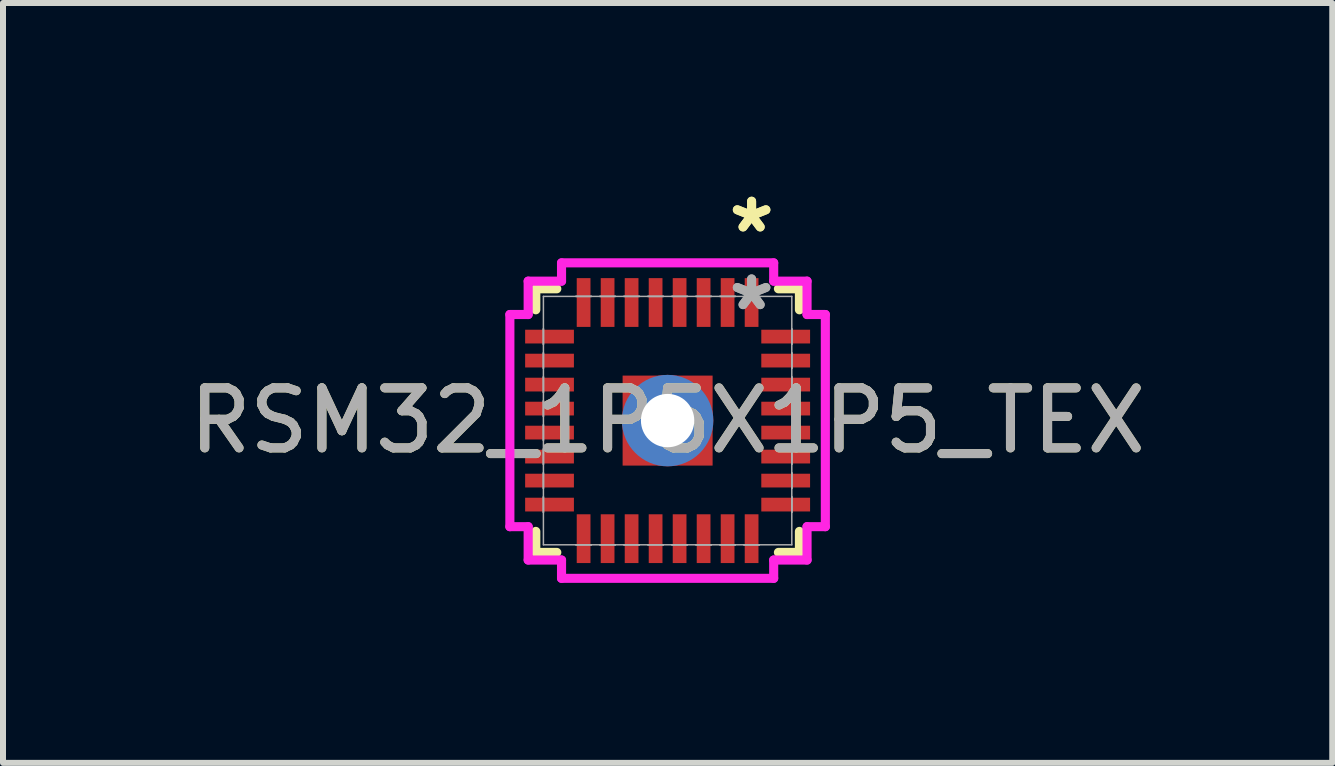
<source format=kicad_pcb>
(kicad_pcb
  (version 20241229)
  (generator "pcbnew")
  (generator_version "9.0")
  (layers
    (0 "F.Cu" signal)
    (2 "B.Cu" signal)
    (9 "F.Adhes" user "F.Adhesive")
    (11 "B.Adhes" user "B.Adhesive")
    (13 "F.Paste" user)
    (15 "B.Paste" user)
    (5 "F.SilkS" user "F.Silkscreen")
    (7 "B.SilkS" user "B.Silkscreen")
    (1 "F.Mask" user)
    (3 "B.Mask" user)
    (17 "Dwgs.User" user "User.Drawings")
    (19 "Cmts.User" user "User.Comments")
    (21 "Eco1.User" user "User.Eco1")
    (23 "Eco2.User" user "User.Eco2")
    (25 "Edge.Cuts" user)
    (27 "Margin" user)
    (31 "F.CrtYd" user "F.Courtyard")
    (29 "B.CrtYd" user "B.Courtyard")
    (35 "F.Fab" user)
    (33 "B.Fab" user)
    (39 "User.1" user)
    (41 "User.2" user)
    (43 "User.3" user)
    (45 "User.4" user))
  (footprint "RSM32_1P5X1P5_TEX"
    (layer "F.Cu")
    (at 8.077 3.96)
    (property "Reference" "RSM32_1P5X1P5_TEX" (at 0 0 0) (unlocked yes) (layer "F.SilkS") (effects (font (size 1 1) (thickness 0.15))))
    (attr smd)
    (fp_poly (pts (xy -0.814 -0.814) (xy -0.2 -0.814) (xy -0.2 0.814) (xy -0.814 0.814)) (stroke (width 0) (type solid)) (fill yes) (layer "F.Mask"))
    (fp_poly (pts (xy -0.814 -0.814) (xy 0.814 -0.814) (xy 0.814 -0.2) (xy -0.814 -0.2)) (stroke (width 0) (type solid)) (fill yes) (layer "F.Mask"))
    (fp_poly (pts (xy -0.814 0.2) (xy 0.814 0.2) (xy 0.814 0.814) (xy -0.814 0.814)) (stroke (width 0) (type solid)) (fill yes) (layer "F.Mask"))
    (fp_poly (pts (xy 0.2 -0.814) (xy 0.814 -0.814) (xy 0.814 0.814) (xy 0.2 0.814)) (stroke (width 0) (type solid)) (fill yes) (layer "F.Mask"))
    (fp_line (start -2.197 -2.197) (end -2.197 -1.847) (stroke (width 0.152) (type solid)) (layer "F.SilkS"))
    (fp_line (start -2.197 1.847) (end -2.197 2.197) (stroke (width 0.152) (type solid)) (layer "F.SilkS"))
    (fp_line (start -2.197 2.197) (end -1.847 2.197) (stroke (width 0.152) (type solid)) (layer "F.SilkS"))
    (fp_line (start -1.847 -2.197) (end -2.197 -2.197) (stroke (width 0.152) (type solid)) (layer "F.SilkS"))
    (fp_line (start 1.847 2.197) (end 2.197 2.197) (stroke (width 0.152) (type solid)) (layer "F.SilkS"))
    (fp_line (start 2.197 -2.197) (end 1.847 -2.197) (stroke (width 0.152) (type solid)) (layer "F.SilkS"))
    (fp_line (start 2.197 -1.847) (end 2.197 -2.197) (stroke (width 0.152) (type solid)) (layer "F.SilkS"))
    (fp_line (start 2.197 2.197) (end 2.197 1.847) (stroke (width 0.152) (type solid)) (layer "F.SilkS"))
    (fp_poly (pts (xy -0.675 -0.675) (xy -0.675 -0.1) (xy -0.241 -0.1) (xy -0.1 -0.241) (xy -0.1 -0.675)) (stroke (width 0) (type solid)) (fill yes) (layer "F.Paste"))
    (fp_poly (pts (xy -0.675 0.1) (xy -0.675 0.675) (xy -0.1 0.675) (xy -0.1 0.241) (xy -0.241 0.1)) (stroke (width 0) (type solid)) (fill yes) (layer "F.Paste"))
    (fp_poly (pts (xy 0.1 -0.675) (xy 0.1 -0.241) (xy 0.241 -0.1) (xy 0.675 -0.1) (xy 0.675 -0.675)) (stroke (width 0) (type solid)) (fill yes) (layer "F.Paste"))
    (fp_poly (pts (xy 0.241 0.1) (xy 0.1 0.241) (xy 0.1 0.675) (xy 0.675 0.675) (xy 0.675 0.1)) (stroke (width 0) (type solid)) (fill yes) (layer "F.Paste"))
    (fp_line (start -2.629 -1.768) (end -2.324 -1.768) (stroke (width 0.152) (type solid)) (layer "F.CrtYd"))
    (fp_line (start -2.629 1.768) (end -2.629 -1.768) (stroke (width 0.152) (type solid)) (layer "F.CrtYd"))
    (fp_line (start -2.324 -2.324) (end -1.768 -2.324) (stroke (width 0.152) (type solid)) (layer "F.CrtYd"))
    (fp_line (start -2.324 -1.768) (end -2.324 -2.324) (stroke (width 0.152) (type solid)) (layer "F.CrtYd"))
    (fp_line (start -2.324 1.768) (end -2.629 1.768) (stroke (width 0.152) (type solid)) (layer "F.CrtYd"))
    (fp_line (start -2.324 2.324) (end -2.324 1.768) (stroke (width 0.152) (type solid)) (layer "F.CrtYd"))
    (fp_line (start -1.768 -2.629) (end 1.768 -2.629) (stroke (width 0.152) (type solid)) (layer "F.CrtYd"))
    (fp_line (start -1.768 -2.324) (end -1.768 -2.629) (stroke (width 0.152) (type solid)) (layer "F.CrtYd"))
    (fp_line (start -1.768 2.324) (end -2.324 2.324) (stroke (width 0.152) (type solid)) (layer "F.CrtYd"))
    (fp_line (start -1.768 2.629) (end -1.768 2.324) (stroke (width 0.152) (type solid)) (layer "F.CrtYd"))
    (fp_line (start 1.768 -2.629) (end 1.768 -2.324) (stroke (width 0.152) (type solid)) (layer "F.CrtYd"))
    (fp_line (start 1.768 -2.324) (end 2.324 -2.324) (stroke (width 0.152) (type solid)) (layer "F.CrtYd"))
    (fp_line (start 1.768 2.324) (end 1.768 2.629) (stroke (width 0.152) (type solid)) (layer "F.CrtYd"))
    (fp_line (start 1.768 2.629) (end -1.768 2.629) (stroke (width 0.152) (type solid)) (layer "F.CrtYd"))
    (fp_line (start 2.324 -2.324) (end 2.324 -1.768) (stroke (width 0.152) (type solid)) (layer "F.CrtYd"))
    (fp_line (start 2.324 -1.768) (end 2.629 -1.768) (stroke (width 0.152) (type solid)) (layer "F.CrtYd"))
    (fp_line (start 2.324 1.768) (end 2.324 2.324) (stroke (width 0.152) (type solid)) (layer "F.CrtYd"))
    (fp_line (start 2.324 2.324) (end 1.768 2.324) (stroke (width 0.152) (type solid)) (layer "F.CrtYd"))
    (fp_line (start 2.629 -1.768) (end 2.629 1.768) (stroke (width 0.152) (type solid)) (layer "F.CrtYd"))
    (fp_line (start 2.629 1.768) (end 2.324 1.768) (stroke (width 0.152) (type solid)) (layer "F.CrtYd"))
    (fp_line (start -2.07 -2.07) (end -2.07 2.07) (stroke (width 0.025) (type solid)) (layer "F.Fab"))
    (fp_line (start -2.07 -1.527) (end -2.07 -1.527) (stroke (width 0.025) (type solid)) (layer "F.Fab"))
    (fp_line (start -2.07 -1.527) (end -2.07 -1.273) (stroke (width 0.025) (type solid)) (layer "F.Fab"))
    (fp_line (start -2.07 -1.273) (end -2.07 -1.527) (stroke (width 0.025) (type solid)) (layer "F.Fab"))
    (fp_line (start -2.07 -1.273) (end -2.07 -1.273) (stroke (width 0.025) (type solid)) (layer "F.Fab"))
    (fp_line (start -2.07 -1.127) (end -2.07 -1.127) (stroke (width 0.025) (type solid)) (layer "F.Fab"))
    (fp_line (start -2.07 -1.127) (end -2.07 -0.873) (stroke (width 0.025) (type solid)) (layer "F.Fab"))
    (fp_line (start -2.07 -0.873) (end -2.07 -1.127) (stroke (width 0.025) (type solid)) (layer "F.Fab"))
    (fp_line (start -2.07 -0.873) (end -2.07 -0.873) (stroke (width 0.025) (type solid)) (layer "F.Fab"))
    (fp_line (start -2.07 -0.727) (end -2.07 -0.727) (stroke (width 0.025) (type solid)) (layer "F.Fab"))
    (fp_line (start -2.07 -0.727) (end -2.07 -0.473) (stroke (width 0.025) (type solid)) (layer "F.Fab"))
    (fp_line (start -2.07 -0.473) (end -2.07 -0.727) (stroke (width 0.025) (type solid)) (layer "F.Fab"))
    (fp_line (start -2.07 -0.473) (end -2.07 -0.473) (stroke (width 0.025) (type solid)) (layer "F.Fab"))
    (fp_line (start -2.07 -0.327) (end -2.07 -0.327) (stroke (width 0.025) (type solid)) (layer "F.Fab"))
    (fp_line (start -2.07 -0.327) (end -2.07 -0.073) (stroke (width 0.025) (type solid)) (layer "F.Fab"))
    (fp_line (start -2.07 -0.073) (end -2.07 -0.327) (stroke (width 0.025) (type solid)) (layer "F.Fab"))
    (fp_line (start -2.07 -0.073) (end -2.07 -0.073) (stroke (width 0.025) (type solid)) (layer "F.Fab"))
    (fp_line (start -2.07 0.073) (end -2.07 0.073) (stroke (width 0.025) (type solid)) (layer "F.Fab"))
    (fp_line (start -2.07 0.073) (end -2.07 0.327) (stroke (width 0.025) (type solid)) (layer "F.Fab"))
    (fp_line (start -2.07 0.327) (end -2.07 0.073) (stroke (width 0.025) (type solid)) (layer "F.Fab"))
    (fp_line (start -2.07 0.327) (end -2.07 0.327) (stroke (width 0.025) (type solid)) (layer "F.Fab"))
    (fp_line (start -2.07 0.473) (end -2.07 0.473) (stroke (width 0.025) (type solid)) (layer "F.Fab"))
    (fp_line (start -2.07 0.473) (end -2.07 0.727) (stroke (width 0.025) (type solid)) (layer "F.Fab"))
    (fp_line (start -2.07 0.727) (end -2.07 0.473) (stroke (width 0.025) (type solid)) (layer "F.Fab"))
    (fp_line (start -2.07 0.727) (end -2.07 0.727) (stroke (width 0.025) (type solid)) (layer "F.Fab"))
    (fp_line (start -2.07 0.873) (end -2.07 0.873) (stroke (width 0.025) (type solid)) (layer "F.Fab"))
    (fp_line (start -2.07 0.873) (end -2.07 1.127) (stroke (width 0.025) (type solid)) (layer "F.Fab"))
    (fp_line (start -2.07 1.127) (end -2.07 0.873) (stroke (width 0.025) (type solid)) (layer "F.Fab"))
    (fp_line (start -2.07 1.127) (end -2.07 1.127) (stroke (width 0.025) (type solid)) (layer "F.Fab"))
    (fp_line (start -2.07 1.273) (end -2.07 1.273) (stroke (width 0.025) (type solid)) (layer "F.Fab"))
    (fp_line (start -2.07 1.273) (end -2.07 1.527) (stroke (width 0.025) (type solid)) (layer "F.Fab"))
    (fp_line (start -2.07 1.527) (end -2.07 1.273) (stroke (width 0.025) (type solid)) (layer "F.Fab"))
    (fp_line (start -2.07 1.527) (end -2.07 1.527) (stroke (width 0.025) (type solid)) (layer "F.Fab"))
    (fp_line (start -2.07 2.07) (end 2.07 2.07) (stroke (width 0.025) (type solid)) (layer "F.Fab"))
    (fp_line (start -1.527 -2.07) (end -1.527 -2.07) (stroke (width 0.025) (type solid)) (layer "F.Fab"))
    (fp_line (start -1.527 -2.07) (end -1.273 -2.07) (stroke (width 0.025) (type solid)) (layer "F.Fab"))
    (fp_line (start -1.527 2.07) (end -1.527 2.07) (stroke (width 0.025) (type solid)) (layer "F.Fab"))
    (fp_line (start -1.527 2.07) (end -1.273 2.07) (stroke (width 0.025) (type solid)) (layer "F.Fab"))
    (fp_line (start -1.273 -2.07) (end -1.527 -2.07) (stroke (width 0.025) (type solid)) (layer "F.Fab"))
    (fp_line (start -1.273 -2.07) (end -1.273 -2.07) (stroke (width 0.025) (type solid)) (layer "F.Fab"))
    (fp_line (start -1.273 2.07) (end -1.527 2.07) (stroke (width 0.025) (type solid)) (layer "F.Fab"))
    (fp_line (start -1.273 2.07) (end -1.273 2.07) (stroke (width 0.025) (type solid)) (layer "F.Fab"))
    (fp_line (start -1.127 -2.07) (end -1.127 -2.07) (stroke (width 0.025) (type solid)) (layer "F.Fab"))
    (fp_line (start -1.127 -2.07) (end -0.873 -2.07) (stroke (width 0.025) (type solid)) (layer "F.Fab"))
    (fp_line (start -1.127 2.07) (end -1.127 2.07) (stroke (width 0.025) (type solid)) (layer "F.Fab"))
    (fp_line (start -1.127 2.07) (end -0.873 2.07) (stroke (width 0.025) (type solid)) (layer "F.Fab"))
    (fp_line (start -0.873 -2.07) (end -1.127 -2.07) (stroke (width 0.025) (type solid)) (layer "F.Fab"))
    (fp_line (start -0.873 -2.07) (end -0.873 -2.07) (stroke (width 0.025) (type solid)) (layer "F.Fab"))
    (fp_line (start -0.873 2.07) (end -1.127 2.07) (stroke (width 0.025) (type solid)) (layer "F.Fab"))
    (fp_line (start -0.873 2.07) (end -0.873 2.07) (stroke (width 0.025) (type solid)) (layer "F.Fab"))
    (fp_line (start -0.727 -2.07) (end -0.727 -2.07) (stroke (width 0.025) (type solid)) (layer "F.Fab"))
    (fp_line (start -0.727 -2.07) (end -0.473 -2.07) (stroke (width 0.025) (type solid)) (layer "F.Fab"))
    (fp_line (start -0.727 2.07) (end -0.727 2.07) (stroke (width 0.025) (type solid)) (layer "F.Fab"))
    (fp_line (start -0.727 2.07) (end -0.473 2.07) (stroke (width 0.025) (type solid)) (layer "F.Fab"))
    (fp_line (start -0.473 -2.07) (end -0.727 -2.07) (stroke (width 0.025) (type solid)) (layer "F.Fab"))
    (fp_line (start -0.473 -2.07) (end -0.473 -2.07) (stroke (width 0.025) (type solid)) (layer "F.Fab"))
    (fp_line (start -0.473 2.07) (end -0.727 2.07) (stroke (width 0.025) (type solid)) (layer "F.Fab"))
    (fp_line (start -0.473 2.07) (end -0.473 2.07) (stroke (width 0.025) (type solid)) (layer "F.Fab"))
    (fp_line (start -0.327 -2.07) (end -0.327 -2.07) (stroke (width 0.025) (type solid)) (layer "F.Fab"))
    (fp_line (start -0.327 -2.07) (end -0.073 -2.07) (stroke (width 0.025) (type solid)) (layer "F.Fab"))
    (fp_line (start -0.327 2.07) (end -0.327 2.07) (stroke (width 0.025) (type solid)) (layer "F.Fab"))
    (fp_line (start -0.327 2.07) (end -0.073 2.07) (stroke (width 0.025) (type solid)) (layer "F.Fab"))
    (fp_line (start -0.073 -2.07) (end -0.327 -2.07) (stroke (width 0.025) (type solid)) (layer "F.Fab"))
    (fp_line (start -0.073 -2.07) (end -0.073 -2.07) (stroke (width 0.025) (type solid)) (layer "F.Fab"))
    (fp_line (start -0.073 2.07) (end -0.327 2.07) (stroke (width 0.025) (type solid)) (layer "F.Fab"))
    (fp_line (start -0.073 2.07) (end -0.073 2.07) (stroke (width 0.025) (type solid)) (layer "F.Fab"))
    (fp_line (start 0.073 -2.07) (end 0.073 -2.07) (stroke (width 0.025) (type solid)) (layer "F.Fab"))
    (fp_line (start 0.073 -2.07) (end 0.327 -2.07) (stroke (width 0.025) (type solid)) (layer "F.Fab"))
    (fp_line (start 0.073 2.07) (end 0.073 2.07) (stroke (width 0.025) (type solid)) (layer "F.Fab"))
    (fp_line (start 0.073 2.07) (end 0.327 2.07) (stroke (width 0.025) (type solid)) (layer "F.Fab"))
    (fp_line (start 0.327 -2.07) (end 0.073 -2.07) (stroke (width 0.025) (type solid)) (layer "F.Fab"))
    (fp_line (start 0.327 -2.07) (end 0.327 -2.07) (stroke (width 0.025) (type solid)) (layer "F.Fab"))
    (fp_line (start 0.327 2.07) (end 0.073 2.07) (stroke (width 0.025) (type solid)) (layer "F.Fab"))
    (fp_line (start 0.327 2.07) (end 0.327 2.07) (stroke (width 0.025) (type solid)) (layer "F.Fab"))
    (fp_line (start 0.473 -2.07) (end 0.473 -2.07) (stroke (width 0.025) (type solid)) (layer "F.Fab"))
    (fp_line (start 0.473 -2.07) (end 0.727 -2.07) (stroke (width 0.025) (type solid)) (layer "F.Fab"))
    (fp_line (start 0.473 2.07) (end 0.473 2.07) (stroke (width 0.025) (type solid)) (layer "F.Fab"))
    (fp_line (start 0.473 2.07) (end 0.727 2.07) (stroke (width 0.025) (type solid)) (layer "F.Fab"))
    (fp_line (start 0.727 -2.07) (end 0.473 -2.07) (stroke (width 0.025) (type solid)) (layer "F.Fab"))
    (fp_line (start 0.727 -2.07) (end 0.727 -2.07) (stroke (width 0.025) (type solid)) (layer "F.Fab"))
    (fp_line (start 0.727 2.07) (end 0.473 2.07) (stroke (width 0.025) (type solid)) (layer "F.Fab"))
    (fp_line (start 0.727 2.07) (end 0.727 2.07) (stroke (width 0.025) (type solid)) (layer "F.Fab"))
    (fp_line (start 0.873 -2.07) (end 0.873 -2.07) (stroke (width 0.025) (type solid)) (layer "F.Fab"))
    (fp_line (start 0.873 -2.07) (end 1.127 -2.07) (stroke (width 0.025) (type solid)) (layer "F.Fab"))
    (fp_line (start 0.873 2.07) (end 0.873 2.07) (stroke (width 0.025) (type solid)) (layer "F.Fab"))
    (fp_line (start 0.873 2.07) (end 1.127 2.07) (stroke (width 0.025) (type solid)) (layer "F.Fab"))
    (fp_line (start 1.127 -2.07) (end 0.873 -2.07) (stroke (width 0.025) (type solid)) (layer "F.Fab"))
    (fp_line (start 1.127 -2.07) (end 1.127 -2.07) (stroke (width 0.025) (type solid)) (layer "F.Fab"))
    (fp_line (start 1.127 2.07) (end 0.873 2.07) (stroke (width 0.025) (type solid)) (layer "F.Fab"))
    (fp_line (start 1.127 2.07) (end 1.127 2.07) (stroke (width 0.025) (type solid)) (layer "F.Fab"))
    (fp_line (start 1.273 -2.07) (end 1.273 -2.07) (stroke (width 0.025) (type solid)) (layer "F.Fab"))
    (fp_line (start 1.273 -2.07) (end 1.527 -2.07) (stroke (width 0.025) (type solid)) (layer "F.Fab"))
    (fp_line (start 1.273 2.07) (end 1.273 2.07) (stroke (width 0.025) (type solid)) (layer "F.Fab"))
    (fp_line (start 1.273 2.07) (end 1.527 2.07) (stroke (width 0.025) (type solid)) (layer "F.Fab"))
    (fp_line (start 1.527 -2.07) (end 1.273 -2.07) (stroke (width 0.025) (type solid)) (layer "F.Fab"))
    (fp_line (start 1.527 -2.07) (end 1.527 -2.07) (stroke (width 0.025) (type solid)) (layer "F.Fab"))
    (fp_line (start 1.527 2.07) (end 1.273 2.07) (stroke (width 0.025) (type solid)) (layer "F.Fab"))
    (fp_line (start 1.527 2.07) (end 1.527 2.07) (stroke (width 0.025) (type solid)) (layer "F.Fab"))
    (fp_line (start 2.07 -2.07) (end -2.07 -2.07) (stroke (width 0.025) (type solid)) (layer "F.Fab"))
    (fp_line (start 2.07 -1.527) (end 2.07 -1.527) (stroke (width 0.025) (type solid)) (layer "F.Fab"))
    (fp_line (start 2.07 -1.527) (end 2.07 -1.273) (stroke (width 0.025) (type solid)) (layer "F.Fab"))
    (fp_line (start 2.07 -1.273) (end 2.07 -1.527) (stroke (width 0.025) (type solid)) (layer "F.Fab"))
    (fp_line (start 2.07 -1.273) (end 2.07 -1.273) (stroke (width 0.025) (type solid)) (layer "F.Fab"))
    (fp_line (start 2.07 -1.127) (end 2.07 -1.127) (stroke (width 0.025) (type solid)) (layer "F.Fab"))
    (fp_line (start 2.07 -1.127) (end 2.07 -0.873) (stroke (width 0.025) (type solid)) (layer "F.Fab"))
    (fp_line (start 2.07 -0.873) (end 2.07 -1.127) (stroke (width 0.025) (type solid)) (layer "F.Fab"))
    (fp_line (start 2.07 -0.873) (end 2.07 -0.873) (stroke (width 0.025) (type solid)) (layer "F.Fab"))
    (fp_line (start 2.07 -0.727) (end 2.07 -0.727) (stroke (width 0.025) (type solid)) (layer "F.Fab"))
    (fp_line (start 2.07 -0.727) (end 2.07 -0.473) (stroke (width 0.025) (type solid)) (layer "F.Fab"))
    (fp_line (start 2.07 -0.473) (end 2.07 -0.727) (stroke (width 0.025) (type solid)) (layer "F.Fab"))
    (fp_line (start 2.07 -0.473) (end 2.07 -0.473) (stroke (width 0.025) (type solid)) (layer "F.Fab"))
    (fp_line (start 2.07 -0.327) (end 2.07 -0.327) (stroke (width 0.025) (type solid)) (layer "F.Fab"))
    (fp_line (start 2.07 -0.327) (end 2.07 -0.073) (stroke (width 0.025) (type solid)) (layer "F.Fab"))
    (fp_line (start 2.07 -0.073) (end 2.07 -0.327) (stroke (width 0.025) (type solid)) (layer "F.Fab"))
    (fp_line (start 2.07 -0.073) (end 2.07 -0.073) (stroke (width 0.025) (type solid)) (layer "F.Fab"))
    (fp_line (start 2.07 0.073) (end 2.07 0.073) (stroke (width 0.025) (type solid)) (layer "F.Fab"))
    (fp_line (start 2.07 0.073) (end 2.07 0.327) (stroke (width 0.025) (type solid)) (layer "F.Fab"))
    (fp_line (start 2.07 0.327) (end 2.07 0.073) (stroke (width 0.025) (type solid)) (layer "F.Fab"))
    (fp_line (start 2.07 0.327) (end 2.07 0.327) (stroke (width 0.025) (type solid)) (layer "F.Fab"))
    (fp_line (start 2.07 0.473) (end 2.07 0.473) (stroke (width 0.025) (type solid)) (layer "F.Fab"))
    (fp_line (start 2.07 0.473) (end 2.07 0.727) (stroke (width 0.025) (type solid)) (layer "F.Fab"))
    (fp_line (start 2.07 0.727) (end 2.07 0.473) (stroke (width 0.025) (type solid)) (layer "F.Fab"))
    (fp_line (start 2.07 0.727) (end 2.07 0.727) (stroke (width 0.025) (type solid)) (layer "F.Fab"))
    (fp_line (start 2.07 0.873) (end 2.07 0.873) (stroke (width 0.025) (type solid)) (layer "F.Fab"))
    (fp_line (start 2.07 0.873) (end 2.07 1.127) (stroke (width 0.025) (type solid)) (layer "F.Fab"))
    (fp_line (start 2.07 1.127) (end 2.07 0.873) (stroke (width 0.025) (type solid)) (layer "F.Fab"))
    (fp_line (start 2.07 1.127) (end 2.07 1.127) (stroke (width 0.025) (type solid)) (layer "F.Fab"))
    (fp_line (start 2.07 1.273) (end 2.07 1.273) (stroke (width 0.025) (type solid)) (layer "F.Fab"))
    (fp_line (start 2.07 1.273) (end 2.07 1.527) (stroke (width 0.025) (type solid)) (layer "F.Fab"))
    (fp_line (start 2.07 1.527) (end 2.07 1.273) (stroke (width 0.025) (type solid)) (layer "F.Fab"))
    (fp_line (start 2.07 1.527) (end 2.07 1.527) (stroke (width 0.025) (type solid)) (layer "F.Fab"))
    (fp_line (start 2.07 2.07) (end 2.07 -2.07) (stroke (width 0.025) (type solid)) (layer "F.Fab"))
    (fp_text user "*" (at 1.4 -3.111 0) (layer "F.SilkS") (effects (font (size 1 1) (thickness 0.15))))
    (fp_text user "*" (at 1.4 -3.111 0) (unlocked yes) (layer "F.SilkS") (effects (font (size 1 1) (thickness 0.15))))
    (fp_text user "*" (at 1.4 -1.816 0) (unlocked yes) (layer "F.Fab") (effects (font (size 1 1) (thickness 0.15))))
    (fp_text user "*" (at 1.4 -1.816 0) (layer "F.Fab") (effects (font (size 1 1) (thickness 0.15))))
    (fp_text user "${REFERENCE}" (at 0 0 0) (unlocked yes) (layer "F.Fab") (effects (font (size 1 1) (thickness 0.15))))
    (pad "1" smd rect (at 1.4 -1.968) (size 0.229 0.813) (layers "F.Cu" "F.Mask" "F.Paste"))
    (pad "2" smd rect (at 1 -1.968) (size 0.229 0.813) (layers "F.Cu" "F.Mask" "F.Paste"))
    (pad "3" smd rect (at 0.6 -1.968) (size 0.229 0.813) (layers "F.Cu" "F.Mask" "F.Paste"))
    (pad "4" smd rect (at 0.2 -1.968) (size 0.229 0.813) (layers "F.Cu" "F.Mask" "F.Paste"))
    (pad "5" smd rect (at -0.2 -1.968) (size 0.229 0.813) (layers "F.Cu" "F.Mask" "F.Paste"))
    (pad "6" smd rect (at -0.6 -1.968) (size 0.229 0.813) (layers "F.Cu" "F.Mask" "F.Paste"))
    (pad "7" smd rect (at -1 -1.968) (size 0.229 0.813) (layers "F.Cu" "F.Mask" "F.Paste"))
    (pad "8" smd rect (at -1.4 -1.968) (size 0.229 0.813) (layers "F.Cu" "F.Mask" "F.Paste"))
    (pad "9" smd rect (at -1.968 -1.4 90) (size 0.229 0.813) (layers "F.Cu" "F.Mask" "F.Paste"))
    (pad "10" smd rect (at -1.968 -1 90) (size 0.229 0.813) (layers "F.Cu" "F.Mask" "F.Paste"))
    (pad "11" smd rect (at -1.968 -0.6 90) (size 0.229 0.813) (layers "F.Cu" "F.Mask" "F.Paste"))
    (pad "12" smd rect (at -1.968 -0.2 90) (size 0.229 0.813) (layers "F.Cu" "F.Mask" "F.Paste"))
    (pad "13" smd rect (at -1.968 0.2 90) (size 0.229 0.813) (layers "F.Cu" "F.Mask" "F.Paste"))
    (pad "14" smd rect (at -1.968 0.6 90) (size 0.229 0.813) (layers "F.Cu" "F.Mask" "F.Paste"))
    (pad "15" smd rect (at -1.968 1 90) (size 0.229 0.813) (layers "F.Cu" "F.Mask" "F.Paste"))
    (pad "16" smd rect (at -1.968 1.4 90) (size 0.229 0.813) (layers "F.Cu" "F.Mask" "F.Paste"))
    (pad "17" smd rect (at -1.4 1.968) (size 0.229 0.813) (layers "F.Cu" "F.Mask" "F.Paste"))
    (pad "18" smd rect (at -1 1.968) (size 0.229 0.813) (layers "F.Cu" "F.Mask" "F.Paste"))
    (pad "19" smd rect (at -0.6 1.968) (size 0.229 0.813) (layers "F.Cu" "F.Mask" "F.Paste"))
    (pad "20" smd rect (at -0.2 1.968) (size 0.229 0.813) (layers "F.Cu" "F.Mask" "F.Paste"))
    (pad "21" smd rect (at 0.2 1.968) (size 0.229 0.813) (layers "F.Cu" "F.Mask" "F.Paste"))
    (pad "22" smd rect (at 0.6 1.968) (size 0.229 0.813) (layers "F.Cu" "F.Mask" "F.Paste"))
    (pad "23" smd rect (at 1 1.968) (size 0.229 0.813) (layers "F.Cu" "F.Mask" "F.Paste"))
    (pad "24" smd rect (at 1.4 1.968) (size 0.229 0.813) (layers "F.Cu" "F.Mask" "F.Paste"))
    (pad "25" smd rect (at 1.968 1.4 90) (size 0.229 0.813) (layers "F.Cu" "F.Mask" "F.Paste"))
    (pad "26" smd rect (at 1.968 1 90) (size 0.229 0.813) (layers "F.Cu" "F.Mask" "F.Paste"))
    (pad "27" smd rect (at 1.968 0.6 90) (size 0.229 0.813) (layers "F.Cu" "F.Mask" "F.Paste"))
    (pad "28" smd rect (at 1.968 0.2 90) (size 0.229 0.813) (layers "F.Cu" "F.Mask" "F.Paste"))
    (pad "29" smd rect (at 1.968 -0.2 90) (size 0.229 0.813) (layers "F.Cu" "F.Mask" "F.Paste"))
    (pad "30" smd rect (at 1.968 -0.6 90) (size 0.229 0.813) (layers "F.Cu" "F.Mask" "F.Paste"))
    (pad "31" smd rect (at 1.968 -1 90) (size 0.229 0.813) (layers "F.Cu" "F.Mask" "F.Paste"))
    (pad "32" smd rect (at 1.968 -1.4 90) (size 0.229 0.813) (layers "F.Cu" "F.Mask" "F.Paste"))
    (pad "HTAB" smd rect (at 0 0) (size 1.5 1.5) (layers "F.Cu"))
    (pad "V" thru_hole circle (at 0 0) (size 1.524 1.524) (drill 0.889) (layers "*.Cu" "*.Mask")))
  (gr_rect
    (start -3 -3)
    (end 19.155 9.665)
    (stroke (width 0.1) (type default))
    (fill no)
    (layer "Edge.Cuts")))
</source>
